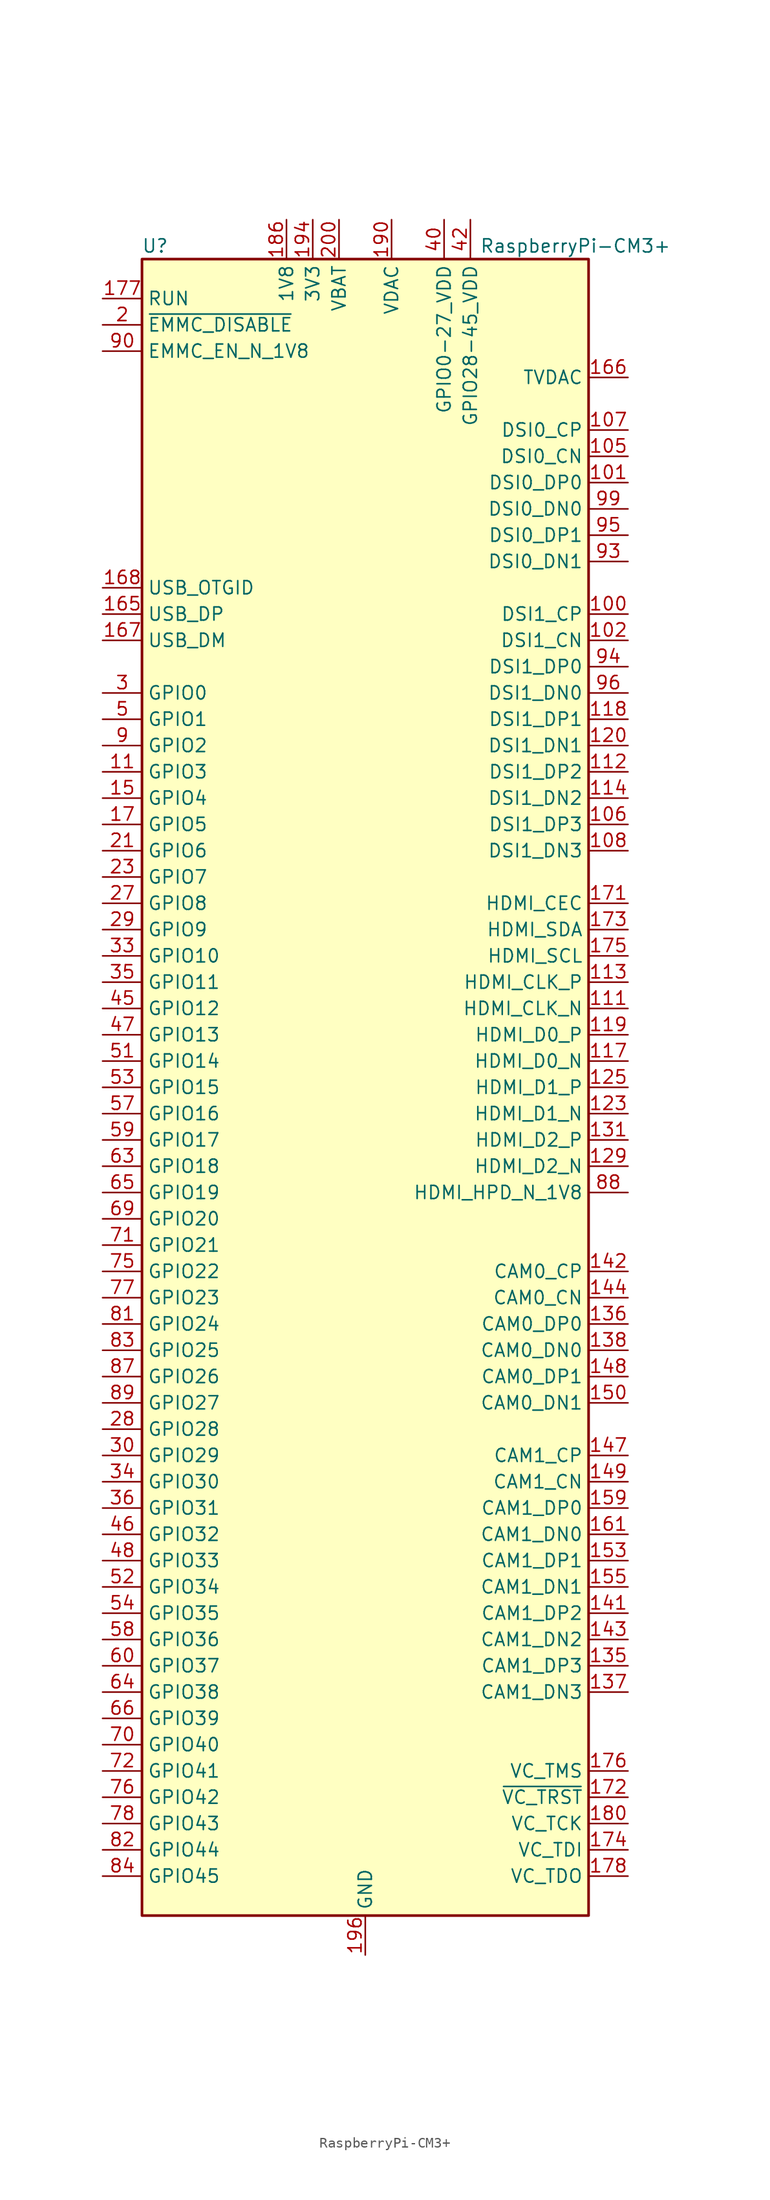
<source format=kicad_sym>
(kicad_symbol_lib
  (version 20201005)
  (generator kicad_symbol_editor)
  (symbol "MCU_Module:RaspberryPi-CM3+"
    (property "Reference" "U"
      (at -20.32 81.28 0)
      (effects (font (size 1.27 1.27))))
    (property "Value" "RaspberryPi-CM3+"
      (at 20.32 81.28 0)
      (effects (font (size 1.27 1.27))))
    (symbol "RaspberryPi-CM3+_0_1"
      (rectangle (start -21.59 80.01) (end 21.59 -80.01) (stroke (width 0.254)) (fill (type background))))
    (symbol "RaspberryPi-CM3+_1_1"
      (pin passive line (at 0 -83.82 90) (length 3.81) hide (name "GND" (effects (font (size 1.27 1.27)))) (number "1" (effects (font (size 1.27 1.27)))))
      (pin no_connect line (at -20.32 66.04 0) (length 2.54) hide (name "NC" (effects (font (size 1.27 1.27)))) (number "10" (effects (font (size 1.27 1.27)))))
      (pin output line (at 25.4 45.72 180) (length 3.81) (name "DSI1_CP" (effects (font (size 1.27 1.27)))) (number "100" (effects (font (size 1.27 1.27)))))
      (pin output line (at 25.4 58.42 180) (length 3.81) (name "DSI0_DP0" (effects (font (size 1.27 1.27)))) (number "101" (effects (font (size 1.27 1.27)))))
      (pin output line (at 25.4 43.18 180) (length 3.81) (name "DSI1_CN" (effects (font (size 1.27 1.27)))) (number "102" (effects (font (size 1.27 1.27)))))
      (pin passive line (at 0 -83.82 90) (length 3.81) hide (name "GND" (effects (font (size 1.27 1.27)))) (number "103" (effects (font (size 1.27 1.27)))))
      (pin passive line (at 0 -83.82 90) (length 3.81) hide (name "GND" (effects (font (size 1.27 1.27)))) (number "104" (effects (font (size 1.27 1.27)))))
      (pin output line (at 25.4 60.96 180) (length 3.81) (name "DSI0_CN" (effects (font (size 1.27 1.27)))) (number "105" (effects (font (size 1.27 1.27)))))
      (pin output line (at 25.4 25.4 180) (length 3.81) (name "DSI1_DP3" (effects (font (size 1.27 1.27)))) (number "106" (effects (font (size 1.27 1.27)))))
      (pin output line (at 25.4 63.5 180) (length 3.81) (name "DSI0_CP" (effects (font (size 1.27 1.27)))) (number "107" (effects (font (size 1.27 1.27)))))
      (pin output line (at 25.4 22.86 180) (length 3.81) (name "DSI1_DN3" (effects (font (size 1.27 1.27)))) (number "108" (effects (font (size 1.27 1.27)))))
      (pin passive line (at 0 -83.82 90) (length 3.81) hide (name "GND" (effects (font (size 1.27 1.27)))) (number "109" (effects (font (size 1.27 1.27)))))
      (pin bidirectional line (at -25.4 30.48 0) (length 3.81) (name "GPIO3" (effects (font (size 1.27 1.27)))) (number "11" (effects (font (size 1.27 1.27)))))
      (pin passive line (at 0 -83.82 90) (length 3.81) hide (name "GND" (effects (font (size 1.27 1.27)))) (number "110" (effects (font (size 1.27 1.27)))))
      (pin output line (at 25.4 7.62 180) (length 3.81) (name "HDMI_CLK_N" (effects (font (size 1.27 1.27)))) (number "111" (effects (font (size 1.27 1.27)))))
      (pin output line (at 25.4 30.48 180) (length 3.81) (name "DSI1_DP2" (effects (font (size 1.27 1.27)))) (number "112" (effects (font (size 1.27 1.27)))))
      (pin output line (at 25.4 10.16 180) (length 3.81) (name "HDMI_CLK_P" (effects (font (size 1.27 1.27)))) (number "113" (effects (font (size 1.27 1.27)))))
      (pin output line (at 25.4 27.94 180) (length 3.81) (name "DSI1_DN2" (effects (font (size 1.27 1.27)))) (number "114" (effects (font (size 1.27 1.27)))))
      (pin passive line (at 0 -83.82 90) (length 3.81) hide (name "GND" (effects (font (size 1.27 1.27)))) (number "115" (effects (font (size 1.27 1.27)))))
      (pin passive line (at 0 -83.82 90) (length 3.81) hide (name "GND" (effects (font (size 1.27 1.27)))) (number "116" (effects (font (size 1.27 1.27)))))
      (pin output line (at 25.4 2.54 180) (length 3.81) (name "HDMI_D0_N" (effects (font (size 1.27 1.27)))) (number "117" (effects (font (size 1.27 1.27)))))
      (pin output line (at 25.4 35.56 180) (length 3.81) (name "DSI1_DP1" (effects (font (size 1.27 1.27)))) (number "118" (effects (font (size 1.27 1.27)))))
      (pin output line (at 25.4 5.08 180) (length 3.81) (name "HDMI_D0_P" (effects (font (size 1.27 1.27)))) (number "119" (effects (font (size 1.27 1.27)))))
      (pin no_connect line (at -20.32 63.5 0) (length 2.54) hide (name "NC" (effects (font (size 1.27 1.27)))) (number "12" (effects (font (size 1.27 1.27)))))
      (pin output line (at 25.4 33.02 180) (length 3.81) (name "DSI1_DN1" (effects (font (size 1.27 1.27)))) (number "120" (effects (font (size 1.27 1.27)))))
      (pin passive line (at 0 -83.82 90) (length 3.81) hide (name "GND" (effects (font (size 1.27 1.27)))) (number "121" (effects (font (size 1.27 1.27)))))
      (pin passive line (at 0 -83.82 90) (length 3.81) hide (name "GND" (effects (font (size 1.27 1.27)))) (number "122" (effects (font (size 1.27 1.27)))))
      (pin output line (at 25.4 -2.54 180) (length 3.81) (name "HDMI_D1_N" (effects (font (size 1.27 1.27)))) (number "123" (effects (font (size 1.27 1.27)))))
      (pin no_connect line (at 20.32 76.2 180) (length 2.54) hide (name "NC" (effects (font (size 1.27 1.27)))) (number "124" (effects (font (size 1.27 1.27)))))
      (pin output line (at 25.4 0 180) (length 3.81) (name "HDMI_D1_P" (effects (font (size 1.27 1.27)))) (number "125" (effects (font (size 1.27 1.27)))))
      (pin no_connect line (at 20.32 73.66 180) (length 2.54) hide (name "NC" (effects (font (size 1.27 1.27)))) (number "126" (effects (font (size 1.27 1.27)))))
      (pin passive line (at 0 -83.82 90) (length 3.81) hide (name "GND" (effects (font (size 1.27 1.27)))) (number "127" (effects (font (size 1.27 1.27)))))
      (pin no_connect line (at 20.32 71.12 180) (length 2.54) hide (name "NC" (effects (font (size 1.27 1.27)))) (number "128" (effects (font (size 1.27 1.27)))))
      (pin output line (at 25.4 -7.62 180) (length 3.81) (name "HDMI_D2_N" (effects (font (size 1.27 1.27)))) (number "129" (effects (font (size 1.27 1.27)))))
      (pin passive line (at 0 -83.82 90) (length 3.81) hide (name "GND" (effects (font (size 1.27 1.27)))) (number "13" (effects (font (size 1.27 1.27)))))
      (pin no_connect line (at 20.32 66.04 180) (length 2.54) hide (name "NC" (effects (font (size 1.27 1.27)))) (number "130" (effects (font (size 1.27 1.27)))))
      (pin output line (at 25.4 -5.08 180) (length 3.81) (name "HDMI_D2_P" (effects (font (size 1.27 1.27)))) (number "131" (effects (font (size 1.27 1.27)))))
      (pin no_connect line (at 20.32 48.26 180) (length 2.54) hide (name "NC" (effects (font (size 1.27 1.27)))) (number "132" (effects (font (size 1.27 1.27)))))
      (pin passive line (at 0 -83.82 90) (length 3.81) hide (name "GND" (effects (font (size 1.27 1.27)))) (number "133" (effects (font (size 1.27 1.27)))))
      (pin passive line (at 0 -83.82 90) (length 3.81) hide (name "GND" (effects (font (size 1.27 1.27)))) (number "134" (effects (font (size 1.27 1.27)))))
      (pin input line (at 25.4 -55.88 180) (length 3.81) (name "CAM1_DP3" (effects (font (size 1.27 1.27)))) (number "135" (effects (font (size 1.27 1.27)))))
      (pin input line (at 25.4 -22.86 180) (length 3.81) (name "CAM0_DP0" (effects (font (size 1.27 1.27)))) (number "136" (effects (font (size 1.27 1.27)))))
      (pin input line (at 25.4 -58.42 180) (length 3.81) (name "CAM1_DN3" (effects (font (size 1.27 1.27)))) (number "137" (effects (font (size 1.27 1.27)))))
      (pin input line (at 25.4 -25.4 180) (length 3.81) (name "CAM0_DN0" (effects (font (size 1.27 1.27)))) (number "138" (effects (font (size 1.27 1.27)))))
      (pin passive line (at 0 -83.82 90) (length 3.81) hide (name "GND" (effects (font (size 1.27 1.27)))) (number "139" (effects (font (size 1.27 1.27)))))
      (pin passive line (at 0 -83.82 90) (length 3.81) hide (name "GND" (effects (font (size 1.27 1.27)))) (number "14" (effects (font (size 1.27 1.27)))))
      (pin passive line (at 0 -83.82 90) (length 3.81) hide (name "GND" (effects (font (size 1.27 1.27)))) (number "140" (effects (font (size 1.27 1.27)))))
      (pin input line (at 25.4 -50.8 180) (length 3.81) (name "CAM1_DP2" (effects (font (size 1.27 1.27)))) (number "141" (effects (font (size 1.27 1.27)))))
      (pin input line (at 25.4 -17.78 180) (length 3.81) (name "CAM0_CP" (effects (font (size 1.27 1.27)))) (number "142" (effects (font (size 1.27 1.27)))))
      (pin input line (at 25.4 -53.34 180) (length 3.81) (name "CAM1_DN2" (effects (font (size 1.27 1.27)))) (number "143" (effects (font (size 1.27 1.27)))))
      (pin input line (at 25.4 -20.32 180) (length 3.81) (name "CAM0_CN" (effects (font (size 1.27 1.27)))) (number "144" (effects (font (size 1.27 1.27)))))
      (pin passive line (at 0 -83.82 90) (length 3.81) hide (name "GND" (effects (font (size 1.27 1.27)))) (number "145" (effects (font (size 1.27 1.27)))))
      (pin passive line (at 0 -83.82 90) (length 3.81) hide (name "GND" (effects (font (size 1.27 1.27)))) (number "146" (effects (font (size 1.27 1.27)))))
      (pin input line (at 25.4 -35.56 180) (length 3.81) (name "CAM1_CP" (effects (font (size 1.27 1.27)))) (number "147" (effects (font (size 1.27 1.27)))))
      (pin input line (at 25.4 -27.94 180) (length 3.81) (name "CAM0_DP1" (effects (font (size 1.27 1.27)))) (number "148" (effects (font (size 1.27 1.27)))))
      (pin input line (at 25.4 -38.1 180) (length 3.81) (name "CAM1_CN" (effects (font (size 1.27 1.27)))) (number "149" (effects (font (size 1.27 1.27)))))
      (pin bidirectional line (at -25.4 27.94 0) (length 3.81) (name "GPIO4" (effects (font (size 1.27 1.27)))) (number "15" (effects (font (size 1.27 1.27)))))
      (pin input line (at 25.4 -30.48 180) (length 3.81) (name "CAM0_DN1" (effects (font (size 1.27 1.27)))) (number "150" (effects (font (size 1.27 1.27)))))
      (pin passive line (at 0 -83.82 90) (length 3.81) hide (name "GND" (effects (font (size 1.27 1.27)))) (number "151" (effects (font (size 1.27 1.27)))))
      (pin passive line (at 0 -83.82 90) (length 3.81) hide (name "GND" (effects (font (size 1.27 1.27)))) (number "152" (effects (font (size 1.27 1.27)))))
      (pin input line (at 25.4 -45.72 180) (length 3.81) (name "CAM1_DP1" (effects (font (size 1.27 1.27)))) (number "153" (effects (font (size 1.27 1.27)))))
      (pin no_connect line (at 20.32 -15.24 180) (length 2.54) hide (name "NC" (effects (font (size 1.27 1.27)))) (number "154" (effects (font (size 1.27 1.27)))))
      (pin input line (at 25.4 -48.26 180) (length 3.81) (name "CAM1_DN1" (effects (font (size 1.27 1.27)))) (number "155" (effects (font (size 1.27 1.27)))))
      (pin no_connect line (at 20.32 -12.7 180) (length 2.54) hide (name "NC" (effects (font (size 1.27 1.27)))) (number "156" (effects (font (size 1.27 1.27)))))
      (pin passive line (at 0 -83.82 90) (length 3.81) hide (name "GND" (effects (font (size 1.27 1.27)))) (number "157" (effects (font (size 1.27 1.27)))))
      (pin no_connect line (at 20.32 20.32 180) (length 2.54) hide (name "NC" (effects (font (size 1.27 1.27)))) (number "158" (effects (font (size 1.27 1.27)))))
      (pin input line (at 25.4 -40.64 180) (length 3.81) (name "CAM1_DP0" (effects (font (size 1.27 1.27)))) (number "159" (effects (font (size 1.27 1.27)))))
      (pin no_connect line (at -20.32 60.96 0) (length 2.54) hide (name "NC" (effects (font (size 1.27 1.27)))) (number "16" (effects (font (size 1.27 1.27)))))
      (pin no_connect line (at 20.32 -60.96 180) (length 2.54) hide (name "NC" (effects (font (size 1.27 1.27)))) (number "160" (effects (font (size 1.27 1.27)))))
      (pin input line (at 25.4 -43.18 180) (length 3.81) (name "CAM1_DN0" (effects (font (size 1.27 1.27)))) (number "161" (effects (font (size 1.27 1.27)))))
      (pin no_connect line (at 20.32 -63.5 180) (length 2.54) hide (name "NC" (effects (font (size 1.27 1.27)))) (number "162" (effects (font (size 1.27 1.27)))))
      (pin passive line (at 0 -83.82 90) (length 3.81) hide (name "GND" (effects (font (size 1.27 1.27)))) (number "163" (effects (font (size 1.27 1.27)))))
      (pin passive line (at 0 -83.82 90) (length 3.81) hide (name "GND" (effects (font (size 1.27 1.27)))) (number "164" (effects (font (size 1.27 1.27)))))
      (pin bidirectional line (at -25.4 45.72 0) (length 3.81) (name "USB_DP" (effects (font (size 1.27 1.27)))) (number "165" (effects (font (size 1.27 1.27)))))
      (pin output line (at 25.4 68.58 180) (length 3.81) (name "TVDAC" (effects (font (size 1.27 1.27)))) (number "166" (effects (font (size 1.27 1.27)))))
      (pin bidirectional line (at -25.4 43.18 0) (length 3.81) (name "USB_DM" (effects (font (size 1.27 1.27)))) (number "167" (effects (font (size 1.27 1.27)))))
      (pin passive line (at -25.4 48.26 0) (length 3.81) (name "USB_OTGID" (effects (font (size 1.27 1.27)))) (number "168" (effects (font (size 1.27 1.27)))))
      (pin passive line (at 0 -83.82 90) (length 3.81) hide (name "GND" (effects (font (size 1.27 1.27)))) (number "169" (effects (font (size 1.27 1.27)))))
      (pin bidirectional line (at -25.4 25.4 0) (length 3.81) (name "GPIO5" (effects (font (size 1.27 1.27)))) (number "17" (effects (font (size 1.27 1.27)))))
      (pin passive line (at 0 -83.82 90) (length 3.81) hide (name "GND" (effects (font (size 1.27 1.27)))) (number "170" (effects (font (size 1.27 1.27)))))
      (pin bidirectional line (at 25.4 17.78 180) (length 3.81) (name "HDMI_CEC" (effects (font (size 1.27 1.27)))) (number "171" (effects (font (size 1.27 1.27)))))
      (pin input line (at 25.4 -68.58 180) (length 3.81) (name "~VC_TRST" (effects (font (size 1.27 1.27)))) (number "172" (effects (font (size 1.27 1.27)))))
      (pin bidirectional line (at 25.4 15.24 180) (length 3.81) (name "HDMI_SDA" (effects (font (size 1.27 1.27)))) (number "173" (effects (font (size 1.27 1.27)))))
      (pin input line (at 25.4 -73.66 180) (length 3.81) (name "VC_TDI" (effects (font (size 1.27 1.27)))) (number "174" (effects (font (size 1.27 1.27)))))
      (pin bidirectional line (at 25.4 12.7 180) (length 3.81) (name "HDMI_SCL" (effects (font (size 1.27 1.27)))) (number "175" (effects (font (size 1.27 1.27)))))
      (pin input line (at 25.4 -66.04 180) (length 3.81) (name "VC_TMS" (effects (font (size 1.27 1.27)))) (number "176" (effects (font (size 1.27 1.27)))))
      (pin input line (at -25.4 76.2 0) (length 3.81) (name "RUN" (effects (font (size 1.27 1.27)))) (number "177" (effects (font (size 1.27 1.27)))))
      (pin output line (at 25.4 -76.2 180) (length 3.81) (name "VC_TDO" (effects (font (size 1.27 1.27)))) (number "178" (effects (font (size 1.27 1.27)))))
      (pin no_connect line (at 0 78.74 270) (length 2.54) hide (name "VDD_CORE_(DO_NOT_CONNECT)" (effects (font (size 1.27 1.27)))) (number "179" (effects (font (size 1.27 1.27)))))
      (pin no_connect line (at -20.32 58.42 0) (length 2.54) hide (name "NC" (effects (font (size 1.27 1.27)))) (number "18" (effects (font (size 1.27 1.27)))))
      (pin input line (at 25.4 -71.12 180) (length 3.81) (name "VC_TCK" (effects (font (size 1.27 1.27)))) (number "180" (effects (font (size 1.27 1.27)))))
      (pin passive line (at 0 -83.82 90) (length 3.81) hide (name "GND" (effects (font (size 1.27 1.27)))) (number "181" (effects (font (size 1.27 1.27)))))
      (pin passive line (at 0 -83.82 90) (length 3.81) hide (name "GND" (effects (font (size 1.27 1.27)))) (number "182" (effects (font (size 1.27 1.27)))))
      (pin passive line (at -7.62 83.82 270) (length 3.81) hide (name "1V8" (effects (font (size 1.27 1.27)))) (number "183" (effects (font (size 1.27 1.27)))))
      (pin passive line (at -7.62 83.82 270) (length 3.81) hide (name "1V8" (effects (font (size 1.27 1.27)))) (number "184" (effects (font (size 1.27 1.27)))))
      (pin passive line (at -7.62 83.82 270) (length 3.81) hide (name "1V8" (effects (font (size 1.27 1.27)))) (number "185" (effects (font (size 1.27 1.27)))))
      (pin power_in line (at -7.62 83.82 270) (length 3.81) (name "1V8" (effects (font (size 1.27 1.27)))) (number "186" (effects (font (size 1.27 1.27)))))
      (pin passive line (at 0 -83.82 90) (length 3.81) hide (name "GND" (effects (font (size 1.27 1.27)))) (number "187" (effects (font (size 1.27 1.27)))))
      (pin passive line (at 0 -83.82 90) (length 3.81) hide (name "GND" (effects (font (size 1.27 1.27)))) (number "188" (effects (font (size 1.27 1.27)))))
      (pin passive line (at 2.54 83.82 270) (length 3.81) hide (name "VDAC" (effects (font (size 1.27 1.27)))) (number "189" (effects (font (size 1.27 1.27)))))
      (pin passive line (at 0 -83.82 90) (length 3.81) hide (name "GND" (effects (font (size 1.27 1.27)))) (number "19" (effects (font (size 1.27 1.27)))))
      (pin power_in line (at 2.54 83.82 270) (length 3.81) (name "VDAC" (effects (font (size 1.27 1.27)))) (number "190" (effects (font (size 1.27 1.27)))))
      (pin passive line (at -5.08 83.82 270) (length 3.81) hide (name "3V3" (effects (font (size 1.27 1.27)))) (number "191" (effects (font (size 1.27 1.27)))))
      (pin passive line (at -5.08 83.82 270) (length 3.81) hide (name "3V3" (effects (font (size 1.27 1.27)))) (number "192" (effects (font (size 1.27 1.27)))))
      (pin passive line (at -5.08 83.82 270) (length 3.81) hide (name "3V3" (effects (font (size 1.27 1.27)))) (number "193" (effects (font (size 1.27 1.27)))))
      (pin power_in line (at -5.08 83.82 270) (length 3.81) (name "3V3" (effects (font (size 1.27 1.27)))) (number "194" (effects (font (size 1.27 1.27)))))
      (pin passive line (at 0 -83.82 90) (length 3.81) hide (name "GND" (effects (font (size 1.27 1.27)))) (number "195" (effects (font (size 1.27 1.27)))))
      (pin power_out line (at 0 -83.82 90) (length 3.81) (name "GND" (effects (font (size 1.27 1.27)))) (number "196" (effects (font (size 1.27 1.27)))))
      (pin passive line (at -2.54 83.82 270) (length 3.81) hide (name "VBAT" (effects (font (size 1.27 1.27)))) (number "197" (effects (font (size 1.27 1.27)))))
      (pin passive line (at -2.54 83.82 270) (length 3.81) hide (name "VBAT" (effects (font (size 1.27 1.27)))) (number "198" (effects (font (size 1.27 1.27)))))
      (pin passive line (at -2.54 83.82 270) (length 3.81) hide (name "VBAT" (effects (font (size 1.27 1.27)))) (number "199" (effects (font (size 1.27 1.27)))))
      (pin input line (at -25.4 73.66 0) (length 3.81) (name "~EMMC_DISABLE" (effects (font (size 1.27 1.27)))) (number "2" (effects (font (size 1.27 1.27)))))
      (pin passive line (at 0 -83.82 90) (length 3.81) hide (name "GND" (effects (font (size 1.27 1.27)))) (number "20" (effects (font (size 1.27 1.27)))))
      (pin power_in line (at -2.54 83.82 270) (length 3.81) (name "VBAT" (effects (font (size 1.27 1.27)))) (number "200" (effects (font (size 1.27 1.27)))))
      (pin bidirectional line (at -25.4 22.86 0) (length 3.81) (name "GPIO6" (effects (font (size 1.27 1.27)))) (number "21" (effects (font (size 1.27 1.27)))))
      (pin no_connect line (at -20.32 55.88 0) (length 2.54) hide (name "NC" (effects (font (size 1.27 1.27)))) (number "22" (effects (font (size 1.27 1.27)))))
      (pin bidirectional line (at -25.4 20.32 0) (length 3.81) (name "GPIO7" (effects (font (size 1.27 1.27)))) (number "23" (effects (font (size 1.27 1.27)))))
      (pin no_connect line (at -20.32 53.34 0) (length 2.54) hide (name "NC" (effects (font (size 1.27 1.27)))) (number "24" (effects (font (size 1.27 1.27)))))
      (pin passive line (at 0 -83.82 90) (length 3.81) hide (name "GND" (effects (font (size 1.27 1.27)))) (number "25" (effects (font (size 1.27 1.27)))))
      (pin passive line (at 0 -83.82 90) (length 3.81) hide (name "GND" (effects (font (size 1.27 1.27)))) (number "26" (effects (font (size 1.27 1.27)))))
      (pin bidirectional line (at -25.4 17.78 0) (length 3.81) (name "GPIO8" (effects (font (size 1.27 1.27)))) (number "27" (effects (font (size 1.27 1.27)))))
      (pin bidirectional line (at -25.4 -33.02 0) (length 3.81) (name "GPIO28" (effects (font (size 1.27 1.27)))) (number "28" (effects (font (size 1.27 1.27)))))
      (pin bidirectional line (at -25.4 15.24 0) (length 3.81) (name "GPIO9" (effects (font (size 1.27 1.27)))) (number "29" (effects (font (size 1.27 1.27)))))
      (pin bidirectional line (at -25.4 38.1 0) (length 3.81) (name "GPIO0" (effects (font (size 1.27 1.27)))) (number "3" (effects (font (size 1.27 1.27)))))
      (pin bidirectional line (at -25.4 -35.56 0) (length 3.81) (name "GPIO29" (effects (font (size 1.27 1.27)))) (number "30" (effects (font (size 1.27 1.27)))))
      (pin passive line (at 0 -83.82 90) (length 3.81) hide (name "GND" (effects (font (size 1.27 1.27)))) (number "31" (effects (font (size 1.27 1.27)))))
      (pin passive line (at 0 -83.82 90) (length 3.81) hide (name "GND" (effects (font (size 1.27 1.27)))) (number "32" (effects (font (size 1.27 1.27)))))
      (pin bidirectional line (at -25.4 12.7 0) (length 3.81) (name "GPIO10" (effects (font (size 1.27 1.27)))) (number "33" (effects (font (size 1.27 1.27)))))
      (pin bidirectional line (at -25.4 -38.1 0) (length 3.81) (name "GPIO30" (effects (font (size 1.27 1.27)))) (number "34" (effects (font (size 1.27 1.27)))))
      (pin bidirectional line (at -25.4 10.16 0) (length 3.81) (name "GPIO11" (effects (font (size 1.27 1.27)))) (number "35" (effects (font (size 1.27 1.27)))))
      (pin bidirectional line (at -25.4 -40.64 0) (length 3.81) (name "GPIO31" (effects (font (size 1.27 1.27)))) (number "36" (effects (font (size 1.27 1.27)))))
      (pin passive line (at 0 -83.82 90) (length 3.81) hide (name "GND" (effects (font (size 1.27 1.27)))) (number "37" (effects (font (size 1.27 1.27)))))
      (pin passive line (at 0 -83.82 90) (length 3.81) hide (name "GND" (effects (font (size 1.27 1.27)))) (number "38" (effects (font (size 1.27 1.27)))))
      (pin passive line (at 7.62 83.82 270) (length 3.81) hide (name "GPIO0-27_VDD" (effects (font (size 1.27 1.27)))) (number "39" (effects (font (size 1.27 1.27)))))
      (pin no_connect line (at 5.08 78.74 270) (length 2.54) hide (name "NC" (effects (font (size 1.27 1.27)))) (number "4" (effects (font (size 1.27 1.27)))))
      (pin power_in line (at 7.62 83.82 270) (length 3.81) (name "GPIO0-27_VDD" (effects (font (size 1.27 1.27)))) (number "40" (effects (font (size 1.27 1.27)))))
      (pin passive line (at 10.16 83.82 270) (length 3.81) hide (name "GPIO28-45_VDD" (effects (font (size 1.27 1.27)))) (number "41" (effects (font (size 1.27 1.27)))))
      (pin power_in line (at 10.16 83.82 270) (length 3.81) (name "GPIO28-45_VDD" (effects (font (size 1.27 1.27)))) (number "42" (effects (font (size 1.27 1.27)))))
      (pin passive line (at 0 -83.82 90) (length 3.81) hide (name "GND" (effects (font (size 1.27 1.27)))) (number "43" (effects (font (size 1.27 1.27)))))
      (pin passive line (at 0 -83.82 90) (length 3.81) hide (name "GND" (effects (font (size 1.27 1.27)))) (number "44" (effects (font (size 1.27 1.27)))))
      (pin bidirectional line (at -25.4 7.62 0) (length 3.81) (name "GPIO12" (effects (font (size 1.27 1.27)))) (number "45" (effects (font (size 1.27 1.27)))))
      (pin bidirectional line (at -25.4 -43.18 0) (length 3.81) (name "GPIO32" (effects (font (size 1.27 1.27)))) (number "46" (effects (font (size 1.27 1.27)))))
      (pin bidirectional line (at -25.4 5.08 0) (length 3.81) (name "GPIO13" (effects (font (size 1.27 1.27)))) (number "47" (effects (font (size 1.27 1.27)))))
      (pin bidirectional line (at -25.4 -45.72 0) (length 3.81) (name "GPIO33" (effects (font (size 1.27 1.27)))) (number "48" (effects (font (size 1.27 1.27)))))
      (pin passive line (at 0 -83.82 90) (length 3.81) hide (name "GND" (effects (font (size 1.27 1.27)))) (number "49" (effects (font (size 1.27 1.27)))))
      (pin bidirectional line (at -25.4 35.56 0) (length 3.81) (name "GPIO1" (effects (font (size 1.27 1.27)))) (number "5" (effects (font (size 1.27 1.27)))))
      (pin passive line (at 0 -83.82 90) (length 3.81) hide (name "GND" (effects (font (size 1.27 1.27)))) (number "50" (effects (font (size 1.27 1.27)))))
      (pin bidirectional line (at -25.4 2.54 0) (length 3.81) (name "GPIO14" (effects (font (size 1.27 1.27)))) (number "51" (effects (font (size 1.27 1.27)))))
      (pin bidirectional line (at -25.4 -48.26 0) (length 3.81) (name "GPIO34" (effects (font (size 1.27 1.27)))) (number "52" (effects (font (size 1.27 1.27)))))
      (pin bidirectional line (at -25.4 0 0) (length 3.81) (name "GPIO15" (effects (font (size 1.27 1.27)))) (number "53" (effects (font (size 1.27 1.27)))))
      (pin bidirectional line (at -25.4 -50.8 0) (length 3.81) (name "GPIO35" (effects (font (size 1.27 1.27)))) (number "54" (effects (font (size 1.27 1.27)))))
      (pin passive line (at 0 -83.82 90) (length 3.81) hide (name "GND" (effects (font (size 1.27 1.27)))) (number "55" (effects (font (size 1.27 1.27)))))
      (pin passive line (at 0 -83.82 90) (length 3.81) hide (name "GND" (effects (font (size 1.27 1.27)))) (number "56" (effects (font (size 1.27 1.27)))))
      (pin bidirectional line (at -25.4 -2.54 0) (length 3.81) (name "GPIO16" (effects (font (size 1.27 1.27)))) (number "57" (effects (font (size 1.27 1.27)))))
      (pin bidirectional line (at -25.4 -53.34 0) (length 3.81) (name "GPIO36" (effects (font (size 1.27 1.27)))) (number "58" (effects (font (size 1.27 1.27)))))
      (pin bidirectional line (at -25.4 -5.08 0) (length 3.81) (name "GPIO17" (effects (font (size 1.27 1.27)))) (number "59" (effects (font (size 1.27 1.27)))))
      (pin no_connect line (at 12.7 78.74 270) (length 2.54) hide (name "NC" (effects (font (size 1.27 1.27)))) (number "6" (effects (font (size 1.27 1.27)))))
      (pin bidirectional line (at -25.4 -55.88 0) (length 3.81) (name "GPIO37" (effects (font (size 1.27 1.27)))) (number "60" (effects (font (size 1.27 1.27)))))
      (pin passive line (at 0 -83.82 90) (length 3.81) hide (name "GND" (effects (font (size 1.27 1.27)))) (number "61" (effects (font (size 1.27 1.27)))))
      (pin passive line (at 0 -83.82 90) (length 3.81) hide (name "GND" (effects (font (size 1.27 1.27)))) (number "62" (effects (font (size 1.27 1.27)))))
      (pin bidirectional line (at -25.4 -7.62 0) (length 3.81) (name "GPIO18" (effects (font (size 1.27 1.27)))) (number "63" (effects (font (size 1.27 1.27)))))
      (pin bidirectional line (at -25.4 -58.42 0) (length 3.81) (name "GPIO38" (effects (font (size 1.27 1.27)))) (number "64" (effects (font (size 1.27 1.27)))))
      (pin bidirectional line (at -25.4 -10.16 0) (length 3.81) (name "GPIO19" (effects (font (size 1.27 1.27)))) (number "65" (effects (font (size 1.27 1.27)))))
      (pin bidirectional line (at -25.4 -60.96 0) (length 3.81) (name "GPIO39" (effects (font (size 1.27 1.27)))) (number "66" (effects (font (size 1.27 1.27)))))
      (pin passive line (at 0 -83.82 90) (length 3.81) hide (name "GND" (effects (font (size 1.27 1.27)))) (number "67" (effects (font (size 1.27 1.27)))))
      (pin passive line (at 0 -83.82 90) (length 3.81) hide (name "GND" (effects (font (size 1.27 1.27)))) (number "68" (effects (font (size 1.27 1.27)))))
      (pin bidirectional line (at -25.4 -12.7 0) (length 3.81) (name "GPIO20" (effects (font (size 1.27 1.27)))) (number "69" (effects (font (size 1.27 1.27)))))
      (pin passive line (at 0 -83.82 90) (length 3.81) hide (name "GND" (effects (font (size 1.27 1.27)))) (number "7" (effects (font (size 1.27 1.27)))))
      (pin bidirectional line (at -25.4 -63.5 0) (length 3.81) (name "GPIO40" (effects (font (size 1.27 1.27)))) (number "70" (effects (font (size 1.27 1.27)))))
      (pin bidirectional line (at -25.4 -15.24 0) (length 3.81) (name "GPIO21" (effects (font (size 1.27 1.27)))) (number "71" (effects (font (size 1.27 1.27)))))
      (pin bidirectional line (at -25.4 -66.04 0) (length 3.81) (name "GPIO41" (effects (font (size 1.27 1.27)))) (number "72" (effects (font (size 1.27 1.27)))))
      (pin passive line (at 0 -83.82 90) (length 3.81) hide (name "GND" (effects (font (size 1.27 1.27)))) (number "73" (effects (font (size 1.27 1.27)))))
      (pin passive line (at 0 -83.82 90) (length 3.81) hide (name "GND" (effects (font (size 1.27 1.27)))) (number "74" (effects (font (size 1.27 1.27)))))
      (pin bidirectional line (at -25.4 -17.78 0) (length 3.81) (name "GPIO22" (effects (font (size 1.27 1.27)))) (number "75" (effects (font (size 1.27 1.27)))))
      (pin bidirectional line (at -25.4 -68.58 0) (length 3.81) (name "GPIO42" (effects (font (size 1.27 1.27)))) (number "76" (effects (font (size 1.27 1.27)))))
      (pin bidirectional line (at -25.4 -20.32 0) (length 3.81) (name "GPIO23" (effects (font (size 1.27 1.27)))) (number "77" (effects (font (size 1.27 1.27)))))
      (pin bidirectional line (at -25.4 -71.12 0) (length 3.81) (name "GPIO43" (effects (font (size 1.27 1.27)))) (number "78" (effects (font (size 1.27 1.27)))))
      (pin passive line (at 0 -83.82 90) (length 3.81) hide (name "GND" (effects (font (size 1.27 1.27)))) (number "79" (effects (font (size 1.27 1.27)))))
      (pin passive line (at 0 -83.82 90) (length 3.81) hide (name "GND" (effects (font (size 1.27 1.27)))) (number "8" (effects (font (size 1.27 1.27)))))
      (pin passive line (at 0 -83.82 90) (length 3.81) hide (name "GND" (effects (font (size 1.27 1.27)))) (number "80" (effects (font (size 1.27 1.27)))))
      (pin bidirectional line (at -25.4 -22.86 0) (length 3.81) (name "GPIO24" (effects (font (size 1.27 1.27)))) (number "81" (effects (font (size 1.27 1.27)))))
      (pin bidirectional line (at -25.4 -73.66 0) (length 3.81) (name "GPIO44" (effects (font (size 1.27 1.27)))) (number "82" (effects (font (size 1.27 1.27)))))
      (pin bidirectional line (at -25.4 -25.4 0) (length 3.81) (name "GPIO25" (effects (font (size 1.27 1.27)))) (number "83" (effects (font (size 1.27 1.27)))))
      (pin bidirectional line (at -25.4 -76.2 0) (length 3.81) (name "GPIO45" (effects (font (size 1.27 1.27)))) (number "84" (effects (font (size 1.27 1.27)))))
      (pin passive line (at 0 -83.82 90) (length 3.81) hide (name "GND" (effects (font (size 1.27 1.27)))) (number "85" (effects (font (size 1.27 1.27)))))
      (pin passive line (at 0 -83.82 90) (length 3.81) hide (name "GND" (effects (font (size 1.27 1.27)))) (number "86" (effects (font (size 1.27 1.27)))))
      (pin bidirectional line (at -25.4 -27.94 0) (length 3.81) (name "GPIO26" (effects (font (size 1.27 1.27)))) (number "87" (effects (font (size 1.27 1.27)))))
      (pin input line (at 25.4 -10.16 180) (length 3.81) (name "HDMI_HPD_N_1V8" (effects (font (size 1.27 1.27)))) (number "88" (effects (font (size 1.27 1.27)))))
      (pin bidirectional line (at -25.4 -30.48 0) (length 3.81) (name "GPIO27" (effects (font (size 1.27 1.27)))) (number "89" (effects (font (size 1.27 1.27)))))
      (pin bidirectional line (at -25.4 33.02 0) (length 3.81) (name "GPIO2" (effects (font (size 1.27 1.27)))) (number "9" (effects (font (size 1.27 1.27)))))
      (pin output line (at -25.4 71.12 0) (length 3.81) (name "EMMC_EN_N_1V8" (effects (font (size 1.27 1.27)))) (number "90" (effects (font (size 1.27 1.27)))))
      (pin passive line (at 0 -83.82 90) (length 3.81) hide (name "GND" (effects (font (size 1.27 1.27)))) (number "91" (effects (font (size 1.27 1.27)))))
      (pin passive line (at 0 -83.82 90) (length 3.81) hide (name "GND" (effects (font (size 1.27 1.27)))) (number "92" (effects (font (size 1.27 1.27)))))
      (pin output line (at 25.4 50.8 180) (length 3.81) (name "DSI0_DN1" (effects (font (size 1.27 1.27)))) (number "93" (effects (font (size 1.27 1.27)))))
      (pin output line (at 25.4 40.64 180) (length 3.81) (name "DSI1_DP0" (effects (font (size 1.27 1.27)))) (number "94" (effects (font (size 1.27 1.27)))))
      (pin output line (at 25.4 53.34 180) (length 3.81) (name "DSI0_DP1" (effects (font (size 1.27 1.27)))) (number "95" (effects (font (size 1.27 1.27)))))
      (pin output line (at 25.4 38.1 180) (length 3.81) (name "DSI1_DN0" (effects (font (size 1.27 1.27)))) (number "96" (effects (font (size 1.27 1.27)))))
      (pin passive line (at 0 -83.82 90) (length 3.81) hide (name "GND" (effects (font (size 1.27 1.27)))) (number "97" (effects (font (size 1.27 1.27)))))
      (pin passive line (at 0 -83.82 90) (length 3.81) hide (name "GND" (effects (font (size 1.27 1.27)))) (number "98" (effects (font (size 1.27 1.27)))))
      (pin output line (at 25.4 55.88 180) (length 3.81) (name "DSI0_DN0" (effects (font (size 1.27 1.27)))) (number "99" (effects (font (size 1.27 1.27))))))))
</source>
